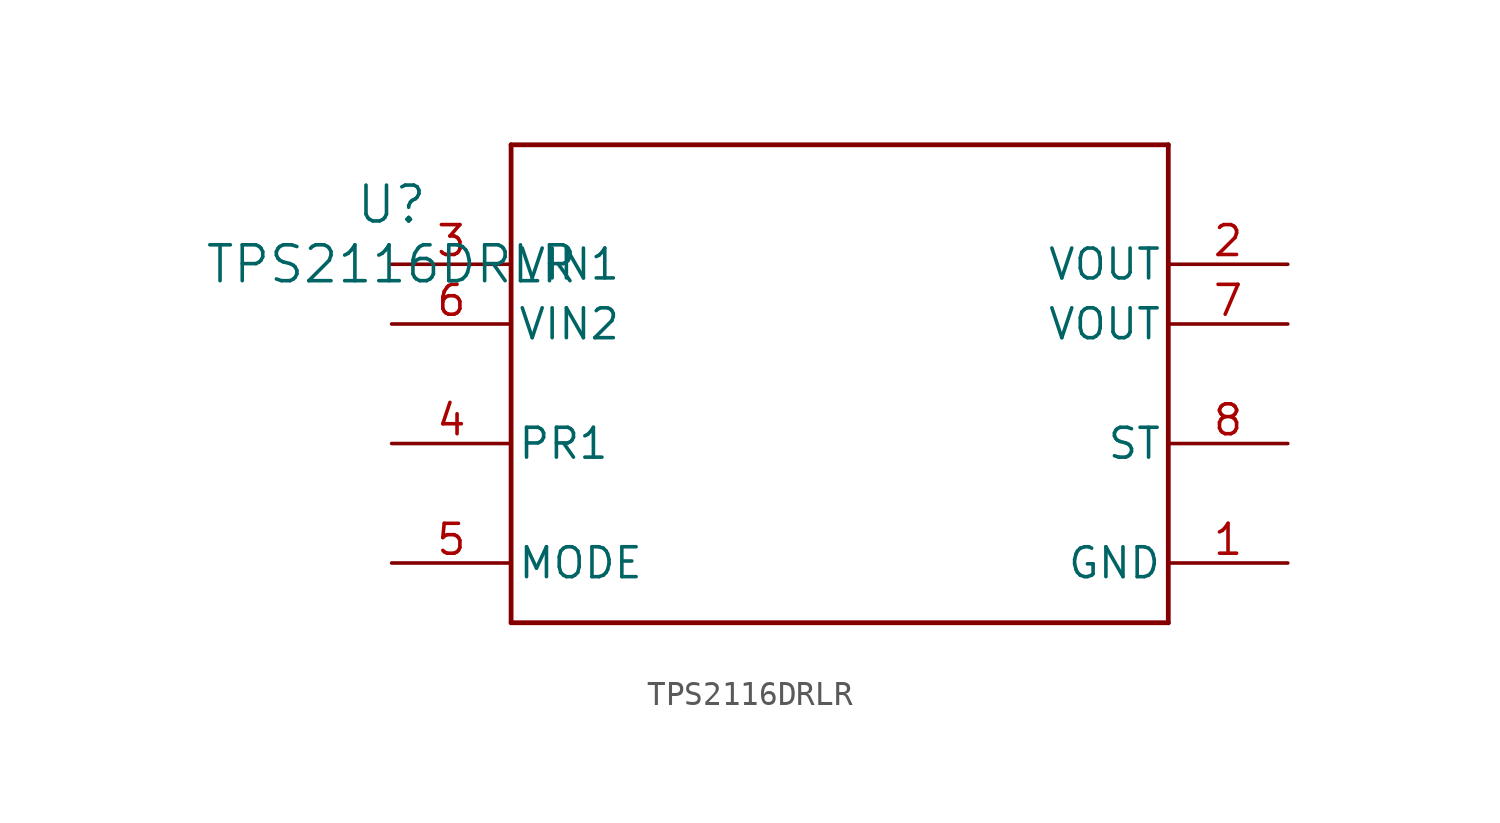
<source format=kicad_sym>
(kicad_symbol_lib
  (version 20241209)
  (generator "kicad_symbol_editor")
  (generator_version "9.0")
  (symbol "TPS2116DRLR"
    (pin_names
      (offset 0.254))
    (property "Reference" "U"
      (at 0 2.54 0)
      (effects (font (size 1.524 1.524))))
    (property "Value" "TPS2116DRLR"
      (at 0 0 0)
      (effects (font (size 1.524 1.524))))
    (property "ki_locked" ""
      (at 0 0 0)
      (effects (font (size 1.27 1.27))))
    (symbol "TPS2116DRLR_0_1"
      (polyline (pts (xy 5.08 5.08) (xy 5.08 -15.24)) (stroke (width 0.203) (type default)) (fill (type none)))
      (polyline (pts (xy 5.08 -15.24) (xy 33.02 -15.24)) (stroke (width 0.203) (type default)) (fill (type none)))
      (polyline (pts (xy 33.02 5.08) (xy 5.08 5.08)) (stroke (width 0.203) (type default)) (fill (type none)))
      (polyline (pts (xy 33.02 -15.24) (xy 33.02 5.08)) (stroke (width 0.203) (type default)) (fill (type none)))
      (pin power_in line (at 0 0 0) (length 5.08) (name "VIN1" (effects (font (size 1.27 1.27)))) (number "3" (effects (font (size 1.27 1.27)))))
      (pin power_in line (at 0 -2.54 0) (length 5.08) (name "VIN2" (effects (font (size 1.27 1.27)))) (number "6" (effects (font (size 1.27 1.27)))))
      (pin input line (at 0 -7.62 0) (length 5.08) (name "PR1" (effects (font (size 1.27 1.27)))) (number "4" (effects (font (size 1.27 1.27)))))
      (pin input line (at 0 -12.7 0) (length 5.08) (name "MODE" (effects (font (size 1.27 1.27)))) (number "5" (effects (font (size 1.27 1.27)))))
      (pin unspecified line (at 38.1 0 180) (length 5.08) (name "VOUT" (effects (font (size 1.27 1.27)))) (number "2" (effects (font (size 1.27 1.27)))))
      (pin unspecified line (at 38.1 -2.54 180) (length 5.08) (name "VOUT" (effects (font (size 1.27 1.27)))) (number "7" (effects (font (size 1.27 1.27)))))
      (pin output line (at 38.1 -7.62 180) (length 5.08) (name "ST" (effects (font (size 1.27 1.27)))) (number "8" (effects (font (size 1.27 1.27)))))
      (pin power_in line (at 38.1 -12.7 180) (length 5.08) (name "GND" (effects (font (size 1.27 1.27)))) (number "1" (effects (font (size 1.27 1.27))))))))
</source>
